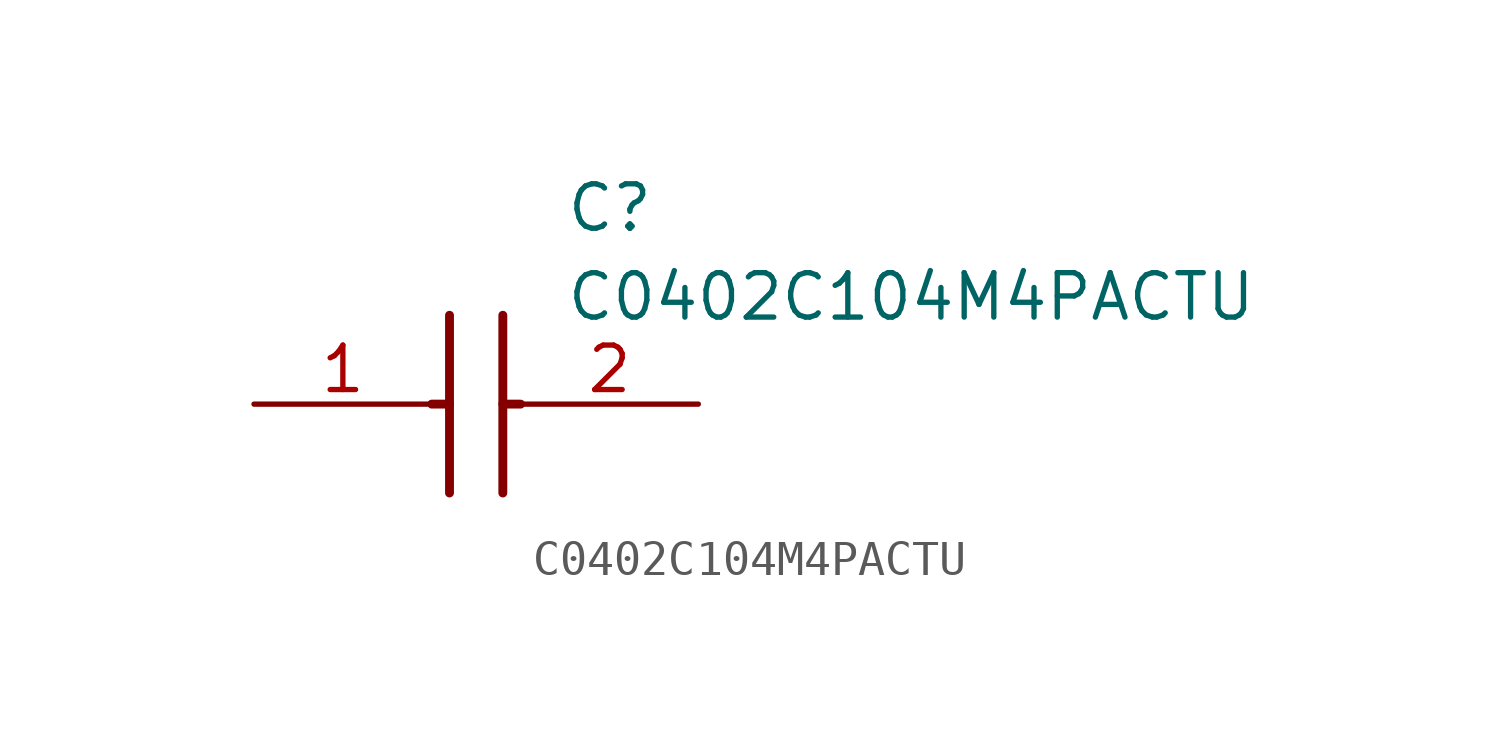
<source format=kicad_sym>
(kicad_symbol_lib
  (version 20211014)
  (generator SamacSys_ECAD_Model)
  (symbol "C0402C104M4PACTU"
    (pin_names hide)
    (property "Reference" "C"
      (at 8.89 6.35 0)
      (effects (font (size 1.27 1.27)) (justify left top)))
    (property "Value" "C0402C104M4PACTU"
      (at 8.89 3.81 0)
      (effects (font (size 1.27 1.27)) (justify left top)))
    (polyline
      (pts (xy 5.588 2.54) (xy 5.588 -2.54))
      (stroke (width 0.254) (type default))
      (fill (type none)))
    (polyline
      (pts (xy 7.112 2.54) (xy 7.112 -2.54))
      (stroke (width 0.254) (type default))
      (fill (type none)))
    (polyline
      (pts (xy 5.08 0) (xy 5.588 0))
      (stroke (width 0.254) (type default))
      (fill (type none)))
    (polyline
      (pts (xy 7.112 0) (xy 7.62 0))
      (stroke (width 0.254) (type default))
      (fill (type none)))
    (pin passive line
      (at 0 0 0)
      (length 5.08)
      (name "1" (effects (font (size 1.27 1.27))))
      (number "1" (effects (font (size 1.27 1.27)))))
    (pin passive line
      (at 12.7 0 180)
      (length 5.08)
      (name "2" (effects (font (size 1.27 1.27))))
      (number "2" (effects (font (size 1.27 1.27)))))))
</source>
